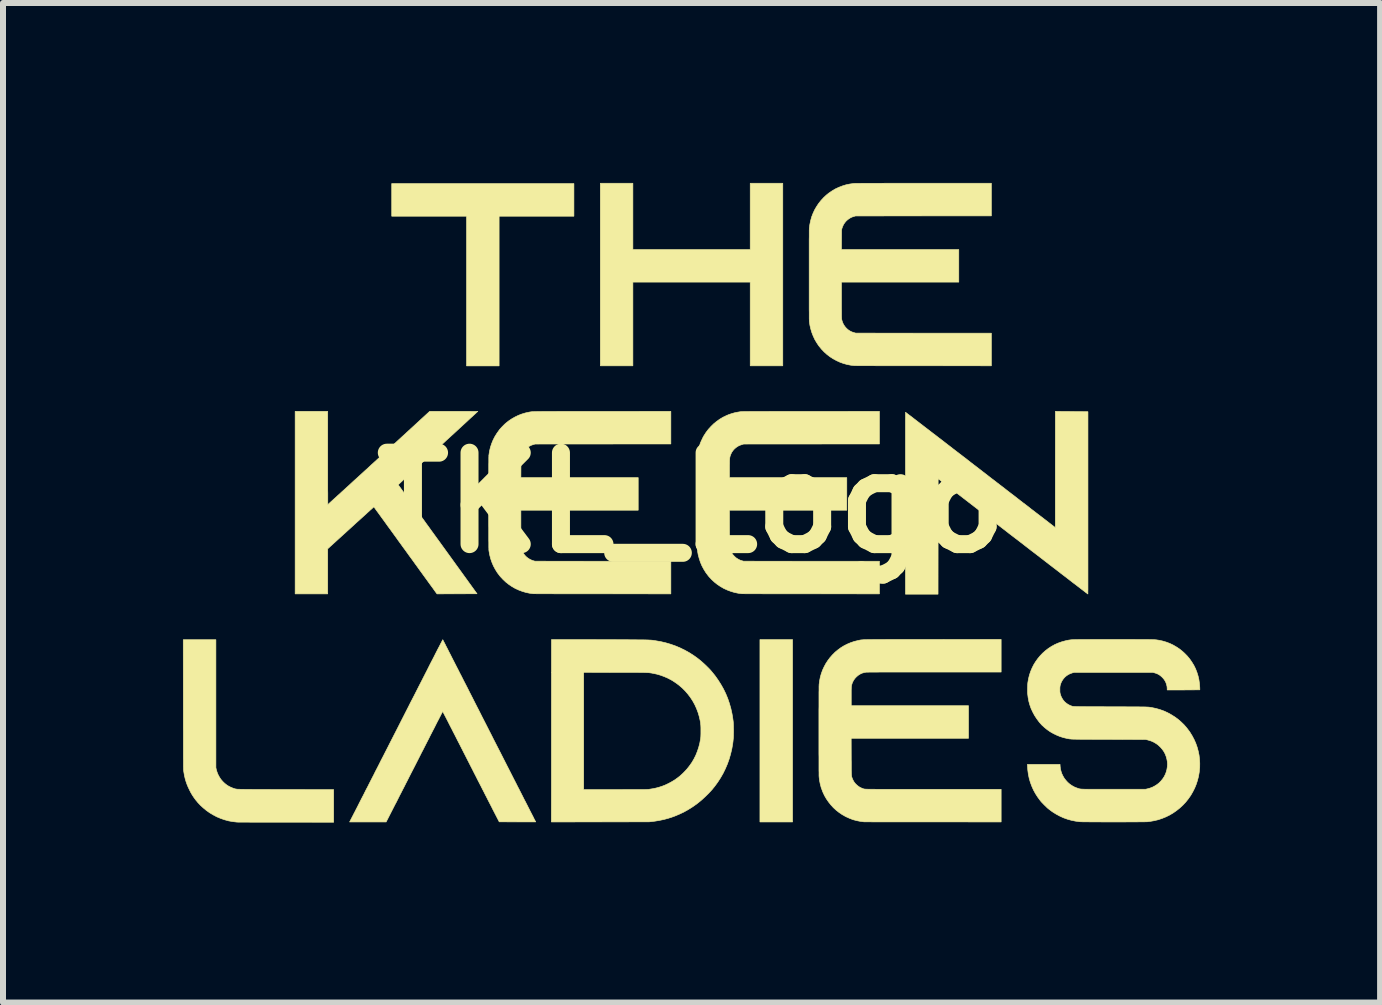
<source format=kicad_pcb>
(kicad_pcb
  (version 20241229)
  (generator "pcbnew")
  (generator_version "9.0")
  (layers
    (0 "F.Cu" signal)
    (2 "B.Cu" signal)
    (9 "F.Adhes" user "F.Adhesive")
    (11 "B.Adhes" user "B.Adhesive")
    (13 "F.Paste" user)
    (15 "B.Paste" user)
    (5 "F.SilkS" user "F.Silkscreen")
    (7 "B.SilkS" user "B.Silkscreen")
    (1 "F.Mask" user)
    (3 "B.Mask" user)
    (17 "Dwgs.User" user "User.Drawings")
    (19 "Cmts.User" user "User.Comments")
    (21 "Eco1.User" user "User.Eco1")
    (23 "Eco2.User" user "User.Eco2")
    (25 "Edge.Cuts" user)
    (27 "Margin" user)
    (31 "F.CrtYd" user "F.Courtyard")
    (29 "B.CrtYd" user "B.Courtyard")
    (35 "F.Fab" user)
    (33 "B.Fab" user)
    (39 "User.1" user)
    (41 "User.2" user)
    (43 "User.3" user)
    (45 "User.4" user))
  (footprint "TKL_Logo"
    (layer "F.Cu")
    (at 8.478 5.331)
    (property "Reference" "TKL_Logo" (at 0 0 0) (layer "F.SilkS") (effects (font (size 1.524 1.524) (thickness 0.3))))
    (attr through_hole)
    (fp_poly (pts (xy 1.684 5.321) (xy 1.14 5.321) (xy 1.14 2.281) (xy 1.684 2.281) (xy 1.684 5.321)) (stroke (width 0.01) (type solid)) (fill yes) (layer "F.SilkS"))
    (fp_poly (pts (xy -1.961 -4.777) (xy -3.208 -4.777) (xy -3.208 -2.281) (xy -3.751 -2.281) (xy -3.751 -4.777) (xy -4.998 -4.777) (xy -4.998 -5.321) (xy -1.961 -5.321) (xy -1.961 -4.777)) (stroke (width 0.01) (type solid)) (fill yes) (layer "F.SilkS"))
    (fp_poly (pts (xy -0.978 -4.221) (xy 0.978 -4.221) (xy 0.978 -5.326) (xy 1.521 -5.326) (xy 1.521 -2.283) (xy 0.978 -2.283) (xy 0.978 -3.678) (xy -0.978 -3.678) (xy -0.978 -2.283) (xy -1.521 -2.283) (xy -1.521 -5.326) (xy -0.978 -5.326) (xy -0.978 -4.221)) (stroke (width 0.01) (type solid)) (fill yes) (layer "F.SilkS"))
    (fp_poly (pts (xy -7.929 4.415) (xy -7.923 4.444) (xy -7.91 4.489) (xy -7.893 4.531) (xy -7.871 4.572) (xy -7.846 4.61) (xy -7.816 4.645) (xy -7.783 4.677) (xy -7.746 4.706) (xy -7.739 4.711) (xy -7.715 4.725) (xy -7.688 4.739) (xy -7.66 4.751) (xy -7.637 4.76) (xy -7.632 4.761) (xy -7.627 4.763) (xy -7.622 4.765) (xy -7.618 4.766) (xy -7.614 4.768) (xy -7.609 4.769) (xy -7.604 4.77) (xy -7.599 4.771) (xy -7.593 4.772) (xy -7.586 4.773) (xy -7.578 4.774) (xy -7.568 4.775) (xy -7.557 4.775) (xy -7.544 4.776) (xy -7.529 4.776) (xy -7.513 4.777) (xy -7.493 4.777) (xy -7.472 4.777) (xy -7.447 4.778) (xy -7.42 4.778) (xy -7.389 4.778) (xy -7.355 4.778) (xy -7.318 4.779) (xy -7.277 4.779) (xy -7.232 4.779) (xy -7.183 4.779) (xy -7.13 4.779) (xy -7.072 4.779) (xy -7.009 4.78) (xy -6.946 4.78) (xy -6.888 4.78) (xy -6.829 4.78) (xy -6.771 4.78) (xy -6.713 4.781) (xy -6.656 4.781) (xy -6.601 4.781) (xy -6.547 4.781) (xy -6.494 4.781) (xy -6.444 4.781) (xy -6.396 4.782) (xy -6.351 4.782) (xy -6.309 4.782) (xy -6.271 4.782) (xy -6.236 4.782) (xy -6.204 4.782) (xy -6.178 4.782) (xy -6.156 4.782) (xy -6.144 4.782) (xy -5.966 4.782) (xy -5.966 5.326) (xy -6.76 5.325) (xy -6.824 5.325) (xy -6.886 5.325) (xy -6.947 5.325) (xy -7.006 5.325) (xy -7.064 5.325) (xy -7.12 5.325) (xy -7.173 5.325) (xy -7.224 5.325) (xy -7.273 5.325) (xy -7.319 5.325) (xy -7.361 5.325) (xy -7.401 5.324) (xy -7.437 5.324) (xy -7.47 5.324) (xy -7.499 5.324) (xy -7.524 5.324) (xy -7.544 5.324) (xy -7.561 5.324) (xy -7.573 5.323) (xy -7.58 5.323) (xy -7.581 5.323) (xy -7.649 5.315) (xy -7.717 5.303) (xy -7.783 5.285) (xy -7.847 5.263) (xy -7.91 5.237) (xy -7.971 5.205) (xy -8.03 5.17) (xy -8.087 5.13) (xy -8.14 5.086) (xy -8.187 5.043) (xy -8.226 5.002) (xy -8.261 4.96) (xy -8.293 4.917) (xy -8.323 4.872) (xy -8.351 4.824) (xy -8.367 4.792) (xy -8.391 4.742) (xy -8.411 4.694) (xy -8.428 4.646) (xy -8.442 4.597) (xy -8.454 4.546) (xy -8.463 4.492) (xy -8.467 4.467) (xy -8.467 4.465) (xy -8.467 4.461) (xy -8.468 4.457) (xy -8.468 4.453) (xy -8.468 4.448) (xy -8.469 4.441) (xy -8.469 4.434) (xy -8.469 4.425) (xy -8.469 4.415) (xy -8.47 4.403) (xy -8.47 4.389) (xy -8.47 4.374) (xy -8.47 4.356) (xy -8.47 4.337) (xy -8.47 4.315) (xy -8.47 4.29) (xy -8.471 4.263) (xy -8.471 4.233) (xy -8.471 4.201) (xy -8.471 4.165) (xy -8.471 4.126) (xy -8.471 4.084) (xy -8.471 4.038) (xy -8.471 3.989) (xy -8.471 3.936) (xy -8.471 3.879) (xy -8.471 3.818) (xy -8.472 3.752) (xy -8.472 3.683) (xy -8.472 3.608) (xy -8.472 3.53) (xy -8.472 3.446) (xy -8.472 3.359) (xy -8.473 2.283) (xy -7.929 2.283) (xy -7.929 4.415)) (stroke (width 0.01) (type solid)) (fill yes) (layer "F.SilkS"))
    (fp_poly (pts (xy 6.187 -1.522) (xy 6.215 -1.522) (xy 6.246 -1.522) (xy 6.281 -1.522) (xy 6.317 -1.521) (xy 6.354 -1.521) (xy 6.39 -1.52) (xy 6.425 -1.52) (xy 6.458 -1.52) (xy 6.459 -1.52) (xy 6.608 -1.518) (xy 6.608 0.002) (xy 6.608 0.089) (xy 6.608 0.176) (xy 6.608 0.261) (xy 6.608 0.344) (xy 6.608 0.426) (xy 6.608 0.506) (xy 6.608 0.584) (xy 6.608 0.659) (xy 6.608 0.733) (xy 6.608 0.804) (xy 6.608 0.873) (xy 6.608 0.939) (xy 6.608 1.002) (xy 6.608 1.063) (xy 6.608 1.12) (xy 6.608 1.174) (xy 6.608 1.224) (xy 6.608 1.272) (xy 6.608 1.315) (xy 6.608 1.355) (xy 6.608 1.391) (xy 6.608 1.423) (xy 6.608 1.45) (xy 6.607 1.474) (xy 6.607 1.492) (xy 6.607 1.507) (xy 6.607 1.516) (xy 6.607 1.521) (xy 6.607 1.521) (xy 6.605 1.52) (xy 6.599 1.515) (xy 6.588 1.507) (xy 6.574 1.497) (xy 6.556 1.483) (xy 6.534 1.466) (xy 6.508 1.446) (xy 6.478 1.423) (xy 6.444 1.397) (xy 6.407 1.368) (xy 6.365 1.337) (xy 6.32 1.302) (xy 6.271 1.264) (xy 6.218 1.223) (xy 6.161 1.18) (xy 6.101 1.133) (xy 6.037 1.084) (xy 5.969 1.032) (xy 5.898 0.977) (xy 5.823 0.919) (xy 5.744 0.858) (xy 5.661 0.795) (xy 5.575 0.728) (xy 5.486 0.659) (xy 5.392 0.587) (xy 5.295 0.513) (xy 5.195 0.435) (xy 5.091 0.355) (xy 5.081 0.347) (xy 4.111 -0.401) (xy 4.11 0.561) (xy 4.109 1.524) (xy 3.566 1.524) (xy 3.566 0.008) (xy 3.566 -0.08) (xy 3.566 -0.166) (xy 3.566 -0.251) (xy 3.566 -0.334) (xy 3.566 -0.416) (xy 3.566 -0.496) (xy 3.566 -0.574) (xy 3.566 -0.649) (xy 3.566 -0.723) (xy 3.566 -0.794) (xy 3.566 -0.863) (xy 3.566 -0.929) (xy 3.566 -0.992) (xy 3.566 -1.052) (xy 3.566 -1.109) (xy 3.566 -1.163) (xy 3.566 -1.213) (xy 3.566 -1.26) (xy 3.566 -1.304) (xy 3.566 -1.344) (xy 3.566 -1.379) (xy 3.567 -1.411) (xy 3.567 -1.438) (xy 3.567 -1.462) (xy 3.567 -1.48) (xy 3.567 -1.494) (xy 3.567 -1.504) (xy 3.567 -1.508) (xy 3.567 -1.509) (xy 3.569 -1.507) (xy 3.575 -1.503) (xy 3.585 -1.495) (xy 3.598 -1.485) (xy 3.615 -1.472) (xy 3.635 -1.457) (xy 3.658 -1.44) (xy 3.684 -1.42) (xy 3.712 -1.398) (xy 3.743 -1.374) (xy 3.777 -1.348) (xy 3.813 -1.32) (xy 3.851 -1.291) (xy 3.891 -1.26) (xy 3.933 -1.228) (xy 3.976 -1.195) (xy 4.021 -1.16) (xy 4.068 -1.125) (xy 4.115 -1.088) (xy 4.164 -1.051) (xy 4.213 -1.013) (xy 4.263 -0.974) (xy 4.313 -0.936) (xy 4.364 -0.896) (xy 4.415 -0.857) (xy 4.467 -0.817) (xy 4.518 -0.778) (xy 4.555 -0.75) (xy 4.6 -0.715) (xy 4.647 -0.678) (xy 4.696 -0.64) (xy 4.746 -0.602) (xy 4.797 -0.563) (xy 4.848 -0.523) (xy 4.899 -0.484) (xy 4.949 -0.445) (xy 4.998 -0.407) (xy 5.046 -0.371) (xy 5.092 -0.335) (xy 5.136 -0.301) (xy 5.177 -0.27) (xy 5.215 -0.241) (xy 5.249 -0.214) (xy 5.253 -0.211) (xy 5.293 -0.18) (xy 5.336 -0.147) (xy 5.381 -0.113) (xy 5.427 -0.077) (xy 5.474 -0.04) (xy 5.522 -0.003) (xy 5.57 0.033) (xy 5.617 0.069) (xy 5.662 0.105) (xy 5.706 0.138) (xy 5.747 0.17) (xy 5.785 0.199) (xy 5.805 0.214) (xy 6.064 0.414) (xy 6.064 -0.555) (xy 6.065 -1.524) (xy 6.187 -1.522)) (stroke (width 0.01) (type solid)) (fill yes) (layer "F.SilkS"))
    (fp_poly (pts (xy 4.998 -4.782) (xy 3.866 -4.782) (xy 2.734 -4.781) (xy 2.709 -4.774) (xy 2.673 -4.762) (xy 2.64 -4.745) (xy 2.609 -4.724) (xy 2.581 -4.7) (xy 2.557 -4.672) (xy 2.536 -4.642) (xy 2.52 -4.608) (xy 2.507 -4.573) (xy 2.501 -4.547) (xy 2.5 -4.384) (xy 2.499 -4.221) (xy 4.455 -4.221) (xy 4.455 -3.678) (xy 2.499 -3.678) (xy 2.499 -3.382) (xy 2.499 -3.328) (xy 2.499 -3.28) (xy 2.499 -3.236) (xy 2.5 -3.197) (xy 2.5 -3.163) (xy 2.5 -3.134) (xy 2.5 -3.11) (xy 2.501 -3.091) (xy 2.501 -3.078) (xy 2.502 -3.069) (xy 2.502 -3.066) (xy 2.505 -3.048) (xy 2.511 -3.027) (xy 2.519 -3.005) (xy 2.527 -2.986) (xy 2.534 -2.972) (xy 2.555 -2.94) (xy 2.58 -2.911) (xy 2.607 -2.886) (xy 2.638 -2.865) (xy 2.672 -2.848) (xy 2.71 -2.835) (xy 2.712 -2.835) (xy 2.737 -2.828) (xy 3.867 -2.827) (xy 4.998 -2.827) (xy 4.998 -2.283) (xy 3.872 -2.284) (xy 3.797 -2.284) (xy 3.722 -2.284) (xy 3.649 -2.284) (xy 3.578 -2.284) (xy 3.508 -2.284) (xy 3.44 -2.284) (xy 3.374 -2.284) (xy 3.31 -2.284) (xy 3.248 -2.284) (xy 3.189 -2.284) (xy 3.133 -2.284) (xy 3.079 -2.284) (xy 3.029 -2.285) (xy 2.981 -2.285) (xy 2.937 -2.285) (xy 2.897 -2.285) (xy 2.86 -2.285) (xy 2.827 -2.285) (xy 2.798 -2.285) (xy 2.773 -2.285) (xy 2.753 -2.286) (xy 2.737 -2.286) (xy 2.725 -2.286) (xy 2.719 -2.286) (xy 2.718 -2.286) (xy 2.655 -2.293) (xy 2.593 -2.305) (xy 2.532 -2.322) (xy 2.474 -2.343) (xy 2.417 -2.369) (xy 2.362 -2.399) (xy 2.309 -2.433) (xy 2.259 -2.471) (xy 2.211 -2.514) (xy 2.167 -2.56) (xy 2.126 -2.61) (xy 2.119 -2.619) (xy 2.085 -2.67) (xy 2.054 -2.723) (xy 2.028 -2.779) (xy 2.005 -2.838) (xy 1.987 -2.898) (xy 1.973 -2.959) (xy 1.964 -3.021) (xy 1.963 -3.032) (xy 1.963 -3.038) (xy 1.963 -3.049) (xy 1.962 -3.065) (xy 1.962 -3.086) (xy 1.962 -3.112) (xy 1.962 -3.143) (xy 1.962 -3.179) (xy 1.961 -3.22) (xy 1.961 -3.266) (xy 1.961 -3.317) (xy 1.961 -3.372) (xy 1.961 -3.433) (xy 1.961 -3.498) (xy 1.961 -3.568) (xy 1.961 -3.642) (xy 1.961 -3.722) (xy 1.961 -3.805) (xy 1.961 -3.889) (xy 1.961 -3.968) (xy 1.961 -4.043) (xy 1.961 -4.113) (xy 1.961 -4.178) (xy 1.961 -4.238) (xy 1.961 -4.293) (xy 1.961 -4.344) (xy 1.961 -4.39) (xy 1.962 -4.43) (xy 1.962 -4.466) (xy 1.962 -4.497) (xy 1.962 -4.523) (xy 1.962 -4.544) (xy 1.963 -4.56) (xy 1.963 -4.571) (xy 1.963 -4.577) (xy 1.972 -4.641) (xy 1.985 -4.703) (xy 2.002 -4.765) (xy 2.025 -4.824) (xy 2.051 -4.881) (xy 2.083 -4.936) (xy 2.118 -4.989) (xy 2.157 -5.038) (xy 2.2 -5.085) (xy 2.247 -5.129) (xy 2.288 -5.162) (xy 2.341 -5.198) (xy 2.396 -5.231) (xy 2.454 -5.258) (xy 2.513 -5.281) (xy 2.574 -5.3) (xy 2.636 -5.313) (xy 2.701 -5.322) (xy 2.713 -5.323) (xy 2.719 -5.323) (xy 2.728 -5.324) (xy 2.743 -5.324) (xy 2.762 -5.324) (xy 2.786 -5.324) (xy 2.814 -5.324) (xy 2.847 -5.325) (xy 2.885 -5.325) (xy 2.928 -5.325) (xy 2.975 -5.325) (xy 3.027 -5.325) (xy 3.084 -5.325) (xy 3.146 -5.325) (xy 3.212 -5.326) (xy 3.284 -5.326) (xy 3.36 -5.326) (xy 3.442 -5.326) (xy 3.528 -5.326) (xy 3.619 -5.326) (xy 3.716 -5.326) (xy 3.817 -5.326) (xy 3.872 -5.326) (xy 4.998 -5.326) (xy 4.998 -4.782)) (stroke (width 0.01) (type solid)) (fill yes) (layer "F.SilkS"))
    (fp_poly (pts (xy 3.132 -0.98) (xy 0.87 -0.979) (xy 0.846 -0.972) (xy 0.808 -0.959) (xy 0.774 -0.943) (xy 0.743 -0.922) (xy 0.715 -0.898) (xy 0.691 -0.871) (xy 0.67 -0.841) (xy 0.654 -0.807) (xy 0.649 -0.795) (xy 0.646 -0.785) (xy 0.643 -0.777) (xy 0.641 -0.768) (xy 0.639 -0.76) (xy 0.637 -0.75) (xy 0.636 -0.74) (xy 0.635 -0.728) (xy 0.634 -0.713) (xy 0.633 -0.697) (xy 0.633 -0.677) (xy 0.633 -0.654) (xy 0.632 -0.627) (xy 0.632 -0.596) (xy 0.632 -0.571) (xy 0.632 -0.419) (xy 2.588 -0.419) (xy 2.588 0.124) (xy 0.632 0.124) (xy 0.633 0.432) (xy 0.634 0.74) (xy 0.641 0.766) (xy 0.654 0.802) (xy 0.67 0.836) (xy 0.691 0.867) (xy 0.716 0.894) (xy 0.744 0.919) (xy 0.775 0.939) (xy 0.808 0.956) (xy 0.842 0.967) (xy 0.867 0.974) (xy 1.999 0.975) (xy 3.132 0.975) (xy 3.132 1.519) (xy 1.998 1.518) (xy 1.922 1.518) (xy 1.848 1.518) (xy 1.774 1.518) (xy 1.703 1.518) (xy 1.632 1.518) (xy 1.564 1.518) (xy 1.498 1.518) (xy 1.434 1.518) (xy 1.372 1.518) (xy 1.313 1.518) (xy 1.256 1.518) (xy 1.203 1.518) (xy 1.152 1.517) (xy 1.105 1.517) (xy 1.06 1.517) (xy 1.02 1.517) (xy 0.983 1.517) (xy 0.95 1.517) (xy 0.921 1.517) (xy 0.896 1.517) (xy 0.875 1.516) (xy 0.859 1.516) (xy 0.847 1.516) (xy 0.841 1.516) (xy 0.839 1.516) (xy 0.777 1.508) (xy 0.715 1.495) (xy 0.655 1.477) (xy 0.596 1.455) (xy 0.539 1.429) (xy 0.485 1.398) (xy 0.432 1.363) (xy 0.383 1.324) (xy 0.336 1.281) (xy 0.293 1.235) (xy 0.276 1.214) (xy 0.237 1.162) (xy 0.203 1.107) (xy 0.173 1.051) (xy 0.148 0.992) (xy 0.128 0.931) (xy 0.111 0.868) (xy 0.107 0.846) (xy 0.106 0.84) (xy 0.105 0.834) (xy 0.104 0.829) (xy 0.103 0.824) (xy 0.102 0.819) (xy 0.101 0.813) (xy 0.101 0.807) (xy 0.1 0.8) (xy 0.099 0.792) (xy 0.099 0.784) (xy 0.098 0.774) (xy 0.098 0.763) (xy 0.097 0.75) (xy 0.097 0.735) (xy 0.097 0.719) (xy 0.097 0.7) (xy 0.096 0.679) (xy 0.096 0.656) (xy 0.096 0.63) (xy 0.096 0.601) (xy 0.096 0.569) (xy 0.095 0.534) (xy 0.095 0.496) (xy 0.095 0.454) (xy 0.095 0.409) (xy 0.095 0.359) (xy 0.095 0.306) (xy 0.095 0.248) (xy 0.095 0.186) (xy 0.095 0.119) (xy 0.095 0.048) (xy 0.095 -0.006) (xy 0.095 -0.778) (xy 0.101 -0.815) (xy 0.112 -0.876) (xy 0.127 -0.934) (xy 0.145 -0.99) (xy 0.146 -0.993) (xy 0.152 -1.007) (xy 0.16 -1.025) (xy 0.169 -1.045) (xy 0.179 -1.065) (xy 0.188 -1.085) (xy 0.198 -1.103) (xy 0.206 -1.118) (xy 0.209 -1.122) (xy 0.243 -1.175) (xy 0.282 -1.226) (xy 0.325 -1.273) (xy 0.37 -1.317) (xy 0.419 -1.357) (xy 0.471 -1.394) (xy 0.525 -1.426) (xy 0.581 -1.453) (xy 0.616 -1.468) (xy 0.65 -1.48) (xy 0.685 -1.491) (xy 0.722 -1.501) (xy 0.761 -1.509) (xy 0.803 -1.516) (xy 0.817 -1.518) (xy 0.819 -1.519) (xy 0.822 -1.519) (xy 0.826 -1.519) (xy 0.831 -1.519) (xy 0.836 -1.52) (xy 0.843 -1.52) (xy 0.851 -1.52) (xy 0.861 -1.52) (xy 0.872 -1.521) (xy 0.884 -1.521) (xy 0.899 -1.521) (xy 0.916 -1.521) (xy 0.934 -1.521) (xy 0.955 -1.521) (xy 0.978 -1.522) (xy 1.004 -1.522) (xy 1.033 -1.522) (xy 1.064 -1.522) (xy 1.098 -1.522) (xy 1.136 -1.522) (xy 1.176 -1.522) (xy 1.22 -1.522) (xy 1.268 -1.522) (xy 1.319 -1.523) (xy 1.374 -1.523) (xy 1.432 -1.523) (xy 1.495 -1.523) (xy 1.562 -1.523) (xy 1.634 -1.523) (xy 1.71 -1.523) (xy 1.79 -1.523) (xy 1.876 -1.523) (xy 1.966 -1.523) (xy 1.988 -1.523) (xy 3.132 -1.524) (xy 3.132 -0.98)) (stroke (width 0.01) (type solid)) (fill yes) (layer "F.SilkS"))
    (fp_poly (pts (xy -6.065 -0.747) (xy -6.065 -0.684) (xy -6.065 -0.623) (xy -6.065 -0.563) (xy -6.065 -0.505) (xy -6.065 -0.449) (xy -6.065 -0.395) (xy -6.065 -0.344) (xy -6.065 -0.295) (xy -6.065 -0.248) (xy -6.065 -0.205) (xy -6.064 -0.164) (xy -6.064 -0.127) (xy -6.064 -0.093) (xy -6.064 -0.063) (xy -6.064 -0.037) (xy -6.064 -0.014) (xy -6.064 0.004) (xy -6.064 0.017) (xy -6.064 0.026) (xy -6.064 0.03) (xy -6.064 0.03) (xy -6.062 0.029) (xy -6.056 0.024) (xy -6.047 0.016) (xy -6.034 0.004) (xy -6.019 -0.01) (xy -6 -0.027) (xy -5.978 -0.047) (xy -5.954 -0.069) (xy -5.926 -0.094) (xy -5.897 -0.121) (xy -5.864 -0.15) (xy -5.83 -0.182) (xy -5.793 -0.215) (xy -5.755 -0.25) (xy -5.714 -0.287) (xy -5.672 -0.326) (xy -5.629 -0.366) (xy -5.583 -0.407) (xy -5.537 -0.449) (xy -5.489 -0.493) (xy -5.44 -0.538) (xy -5.39 -0.583) (xy -5.34 -0.63) (xy -5.288 -0.677) (xy -5.237 -0.724) (xy -5.184 -0.772) (xy -5.132 -0.82) (xy -5.079 -0.868) (xy -5.027 -0.916) (xy -4.974 -0.964) (xy -4.922 -1.012) (xy -4.87 -1.06) (xy -4.819 -1.107) (xy -4.768 -1.153) (xy -4.761 -1.16) (xy -4.365 -1.524) (xy -3.964 -1.524) (xy -3.919 -1.524) (xy -3.876 -1.524) (xy -3.834 -1.524) (xy -3.795 -1.524) (xy -3.757 -1.524) (xy -3.722 -1.524) (xy -3.69 -1.524) (xy -3.661 -1.523) (xy -3.635 -1.523) (xy -3.613 -1.523) (xy -3.594 -1.523) (xy -3.58 -1.523) (xy -3.57 -1.523) (xy -3.564 -1.523) (xy -3.563 -1.523) (xy -3.565 -1.521) (xy -3.571 -1.516) (xy -3.58 -1.508) (xy -3.592 -1.496) (xy -3.607 -1.482) (xy -3.626 -1.465) (xy -3.647 -1.445) (xy -3.672 -1.423) (xy -3.699 -1.398) (xy -3.728 -1.371) (xy -3.76 -1.341) (xy -3.794 -1.31) (xy -3.831 -1.276) (xy -3.869 -1.241) (xy -3.909 -1.204) (xy -3.951 -1.165) (xy -3.995 -1.125) (xy -4.04 -1.084) (xy -4.087 -1.041) (xy -4.134 -0.997) (xy -4.183 -0.952) (xy -4.228 -0.912) (xy -4.293 -0.851) (xy -4.356 -0.794) (xy -4.414 -0.74) (xy -4.469 -0.689) (xy -4.521 -0.642) (xy -4.569 -0.598) (xy -4.613 -0.557) (xy -4.654 -0.52) (xy -4.691 -0.485) (xy -4.725 -0.453) (xy -4.756 -0.425) (xy -4.783 -0.4) (xy -4.808 -0.377) (xy -4.829 -0.357) (xy -4.846 -0.341) (xy -4.861 -0.327) (xy -4.873 -0.316) (xy -4.881 -0.308) (xy -4.887 -0.302) (xy -4.889 -0.299) (xy -4.889 -0.299) (xy -4.888 -0.297) (xy -4.883 -0.29) (xy -4.876 -0.28) (xy -4.866 -0.266) (xy -4.853 -0.249) (xy -4.838 -0.228) (xy -4.821 -0.204) (xy -4.801 -0.177) (xy -4.779 -0.146) (xy -4.755 -0.113) (xy -4.729 -0.077) (xy -4.701 -0.038) (xy -4.671 0.003) (xy -4.639 0.047) (xy -4.606 0.093) (xy -4.571 0.141) (xy -4.535 0.191) (xy -4.497 0.243) (xy -4.458 0.297) (xy -4.418 0.353) (xy -4.377 0.409) (xy -4.335 0.468) (xy -4.292 0.527) (xy -4.248 0.588) (xy -4.231 0.611) (xy -3.576 1.517) (xy -3.909 1.518) (xy -4.243 1.519) (xy -4.248 1.513) (xy -4.25 1.51) (xy -4.254 1.504) (xy -4.262 1.494) (xy -4.272 1.48) (xy -4.285 1.462) (xy -4.3 1.441) (xy -4.317 1.417) (xy -4.337 1.39) (xy -4.359 1.36) (xy -4.383 1.327) (xy -4.408 1.292) (xy -4.436 1.254) (xy -4.465 1.214) (xy -4.496 1.171) (xy -4.528 1.127) (xy -4.561 1.081) (xy -4.596 1.033) (xy -4.632 0.983) (xy -4.669 0.932) (xy -4.707 0.88) (xy -4.746 0.826) (xy -4.773 0.788) (xy -4.813 0.734) (xy -4.851 0.681) (xy -4.889 0.629) (xy -4.925 0.578) (xy -4.961 0.529) (xy -4.995 0.482) (xy -5.028 0.436) (xy -5.06 0.393) (xy -5.09 0.351) (xy -5.118 0.312) (xy -5.145 0.275) (xy -5.17 0.241) (xy -5.193 0.209) (xy -5.214 0.18) (xy -5.233 0.154) (xy -5.25 0.131) (xy -5.264 0.112) (xy -5.275 0.096) (xy -5.285 0.083) (xy -5.291 0.075) (xy -5.295 0.07) (xy -5.296 0.069) (xy -5.298 0.07) (xy -5.303 0.075) (xy -5.312 0.083) (xy -5.324 0.094) (xy -5.339 0.108) (xy -5.358 0.124) (xy -5.378 0.143) (xy -5.402 0.164) (xy -5.427 0.188) (xy -5.455 0.213) (xy -5.485 0.24) (xy -5.517 0.269) (xy -5.55 0.299) (xy -5.585 0.33) (xy -5.621 0.363) (xy -5.658 0.397) (xy -5.681 0.418) (xy -6.065 0.767) (xy -6.065 1.519) (xy -6.608 1.519) (xy -6.608 -1.524) (xy -6.065 -1.524) (xy -6.065 -0.747)) (stroke (width 0.01) (type solid)) (fill yes) (layer "F.SilkS"))
    (fp_poly (pts (xy -0.345 -0.98) (xy -2.607 -0.979) (xy -2.628 -0.973) (xy -2.666 -0.961) (xy -2.701 -0.944) (xy -2.732 -0.924) (xy -2.76 -0.9) (xy -2.785 -0.872) (xy -2.806 -0.841) (xy -2.823 -0.808) (xy -2.836 -0.771) (xy -2.839 -0.759) (xy -2.84 -0.755) (xy -2.84 -0.75) (xy -2.841 -0.744) (xy -2.842 -0.736) (xy -2.842 -0.726) (xy -2.842 -0.713) (xy -2.843 -0.697) (xy -2.843 -0.678) (xy -2.843 -0.656) (xy -2.843 -0.629) (xy -2.844 -0.597) (xy -2.844 -0.581) (xy -2.845 -0.419) (xy -0.889 -0.419) (xy -0.889 0.124) (xy -2.845 0.124) (xy -2.845 0.421) (xy -2.845 0.468) (xy -2.844 0.51) (xy -2.844 0.548) (xy -2.844 0.581) (xy -2.844 0.61) (xy -2.844 0.636) (xy -2.844 0.659) (xy -2.844 0.679) (xy -2.843 0.695) (xy -2.843 0.71) (xy -2.842 0.722) (xy -2.841 0.733) (xy -2.84 0.742) (xy -2.839 0.75) (xy -2.838 0.756) (xy -2.837 0.762) (xy -2.835 0.768) (xy -2.833 0.774) (xy -2.832 0.78) (xy -2.83 0.784) (xy -2.816 0.818) (xy -2.798 0.85) (xy -2.776 0.879) (xy -2.75 0.905) (xy -2.721 0.927) (xy -2.689 0.946) (xy -2.655 0.961) (xy -2.635 0.967) (xy -2.61 0.974) (xy -1.477 0.975) (xy -0.345 0.975) (xy -0.345 1.519) (xy -1.479 1.518) (xy -1.555 1.518) (xy -1.629 1.518) (xy -1.703 1.518) (xy -1.774 1.518) (xy -1.844 1.518) (xy -1.913 1.518) (xy -1.979 1.518) (xy -2.043 1.518) (xy -2.105 1.518) (xy -2.164 1.518) (xy -2.22 1.518) (xy -2.274 1.518) (xy -2.325 1.517) (xy -2.372 1.517) (xy -2.416 1.517) (xy -2.457 1.517) (xy -2.494 1.517) (xy -2.527 1.517) (xy -2.556 1.517) (xy -2.581 1.517) (xy -2.602 1.516) (xy -2.618 1.516) (xy -2.629 1.516) (xy -2.636 1.516) (xy -2.638 1.516) (xy -2.7 1.508) (xy -2.762 1.495) (xy -2.822 1.477) (xy -2.881 1.455) (xy -2.938 1.429) (xy -2.992 1.398) (xy -3.044 1.363) (xy -3.094 1.324) (xy -3.14 1.281) (xy -3.183 1.235) (xy -3.2 1.215) (xy -3.239 1.163) (xy -3.273 1.108) (xy -3.303 1.052) (xy -3.328 0.993) (xy -3.349 0.932) (xy -3.365 0.869) (xy -3.377 0.803) (xy -3.378 0.792) (xy -3.379 0.787) (xy -3.379 0.777) (xy -3.379 0.762) (xy -3.38 0.743) (xy -3.38 0.72) (xy -3.38 0.693) (xy -3.38 0.662) (xy -3.381 0.628) (xy -3.381 0.591) (xy -3.381 0.551) (xy -3.381 0.508) (xy -3.381 0.463) (xy -3.381 0.416) (xy -3.382 0.367) (xy -3.382 0.316) (xy -3.382 0.264) (xy -3.382 0.21) (xy -3.382 0.156) (xy -3.382 0.101) (xy -3.382 0.045) (xy -3.382 -0.01) (xy -3.382 -0.066) (xy -3.382 -0.121) (xy -3.382 -0.176) (xy -3.382 -0.23) (xy -3.382 -0.283) (xy -3.382 -0.335) (xy -3.382 -0.386) (xy -3.381 -0.434) (xy -3.381 -0.481) (xy -3.381 -0.525) (xy -3.381 -0.567) (xy -3.381 -0.606) (xy -3.381 -0.642) (xy -3.38 -0.675) (xy -3.38 -0.705) (xy -3.38 -0.731) (xy -3.38 -0.752) (xy -3.379 -0.77) (xy -3.379 -0.783) (xy -3.379 -0.792) (xy -3.378 -0.795) (xy -3.368 -0.861) (xy -3.353 -0.924) (xy -3.333 -0.985) (xy -3.309 -1.044) (xy -3.28 -1.101) (xy -3.246 -1.156) (xy -3.208 -1.209) (xy -3.202 -1.218) (xy -3.188 -1.234) (xy -3.171 -1.253) (xy -3.153 -1.272) (xy -3.134 -1.291) (xy -3.116 -1.309) (xy -3.099 -1.324) (xy -3.097 -1.326) (xy -3.049 -1.364) (xy -2.997 -1.399) (xy -2.943 -1.43) (xy -2.887 -1.457) (xy -2.83 -1.479) (xy -2.771 -1.497) (xy -2.712 -1.51) (xy -2.711 -1.51) (xy -2.706 -1.511) (xy -2.701 -1.512) (xy -2.696 -1.513) (xy -2.692 -1.514) (xy -2.688 -1.514) (xy -2.683 -1.515) (xy -2.678 -1.516) (xy -2.673 -1.516) (xy -2.668 -1.517) (xy -2.662 -1.518) (xy -2.654 -1.518) (xy -2.646 -1.519) (xy -2.637 -1.519) (xy -2.627 -1.519) (xy -2.615 -1.52) (xy -2.602 -1.52) (xy -2.587 -1.52) (xy -2.57 -1.521) (xy -2.551 -1.521) (xy -2.531 -1.521) (xy -2.507 -1.521) (xy -2.482 -1.522) (xy -2.454 -1.522) (xy -2.423 -1.522) (xy -2.39 -1.522) (xy -2.353 -1.522) (xy -2.313 -1.522) (xy -2.27 -1.522) (xy -2.224 -1.523) (xy -2.174 -1.523) (xy -2.12 -1.523) (xy -2.063 -1.523) (xy -2.001 -1.523) (xy -1.936 -1.523) (xy -1.866 -1.523) (xy -1.792 -1.523) (xy -1.713 -1.523) (xy -1.629 -1.523) (xy -1.541 -1.523) (xy -1.489 -1.523) (xy -0.345 -1.524) (xy -0.345 -0.98)) (stroke (width 0.01) (type solid)) (fill yes) (layer "F.SilkS"))
    (fp_poly (pts (xy -4.146 2.285) (xy -4.142 2.292) (xy -4.137 2.303) (xy -4.129 2.318) (xy -4.119 2.337) (xy -4.107 2.36) (xy -4.094 2.387) (xy -4.078 2.417) (xy -4.061 2.451) (xy -4.042 2.489) (xy -4.021 2.529) (xy -3.999 2.573) (xy -3.975 2.62) (xy -3.95 2.669) (xy -3.923 2.722) (xy -3.895 2.776) (xy -3.866 2.834) (xy -3.835 2.893) (xy -3.804 2.955) (xy -3.771 3.019) (xy -3.737 3.085) (xy -3.703 3.153) (xy -3.667 3.223) (xy -3.631 3.294) (xy -3.594 3.367) (xy -3.556 3.441) (xy -3.518 3.516) (xy -3.497 3.558) (xy -3.457 3.636) (xy -3.417 3.714) (xy -3.378 3.791) (xy -3.339 3.867) (xy -3.301 3.943) (xy -3.263 4.017) (xy -3.225 4.091) (xy -3.188 4.163) (xy -3.152 4.234) (xy -3.117 4.303) (xy -3.083 4.37) (xy -3.049 4.436) (xy -3.017 4.499) (xy -2.986 4.56) (xy -2.956 4.619) (xy -2.927 4.675) (xy -2.9 4.729) (xy -2.874 4.779) (xy -2.85 4.826) (xy -2.827 4.871) (xy -2.807 4.911) (xy -2.788 4.949) (xy -2.77 4.982) (xy -2.755 5.012) (xy -2.742 5.037) (xy -2.731 5.059) (xy -2.723 5.075) (xy -2.706 5.108) (xy -2.69 5.14) (xy -2.675 5.169) (xy -2.66 5.198) (xy -2.647 5.223) (xy -2.635 5.247) (xy -2.625 5.268) (xy -2.616 5.285) (xy -2.608 5.3) (xy -2.603 5.31) (xy -2.599 5.317) (xy -2.598 5.32) (xy -2.598 5.32) (xy -2.601 5.32) (xy -2.608 5.32) (xy -2.62 5.32) (xy -2.635 5.32) (xy -2.655 5.32) (xy -2.678 5.32) (xy -2.705 5.32) (xy -2.734 5.32) (xy -2.766 5.32) (xy -2.8 5.32) (xy -2.837 5.32) (xy -2.874 5.32) (xy -2.902 5.32) (xy -3.206 5.319) (xy -3.321 5.096) (xy -3.331 5.075) (xy -3.344 5.05) (xy -3.359 5.021) (xy -3.376 4.988) (xy -3.395 4.951) (xy -3.415 4.911) (xy -3.437 4.869) (xy -3.46 4.823) (xy -3.485 4.775) (xy -3.51 4.725) (xy -3.537 4.673) (xy -3.565 4.619) (xy -3.593 4.563) (xy -3.622 4.507) (xy -3.651 4.449) (xy -3.681 4.391) (xy -3.711 4.332) (xy -3.741 4.273) (xy -3.771 4.214) (xy -3.791 4.175) (xy -3.819 4.12) (xy -3.847 4.065) (xy -3.874 4.012) (xy -3.901 3.96) (xy -3.926 3.91) (xy -3.951 3.861) (xy -3.975 3.815) (xy -3.997 3.771) (xy -4.019 3.729) (xy -4.039 3.69) (xy -4.057 3.654) (xy -4.074 3.621) (xy -4.09 3.59) (xy -4.104 3.563) (xy -4.116 3.54) (xy -4.127 3.519) (xy -4.135 3.503) (xy -4.142 3.491) (xy -4.146 3.483) (xy -4.148 3.479) (xy -4.148 3.478) (xy -4.15 3.48) (xy -4.153 3.487) (xy -4.159 3.498) (xy -4.166 3.512) (xy -4.176 3.531) (xy -4.187 3.553) (xy -4.201 3.579) (xy -4.215 3.608) (xy -4.232 3.639) (xy -4.25 3.674) (xy -4.269 3.712) (xy -4.289 3.752) (xy -4.311 3.794) (xy -4.334 3.839) (xy -4.358 3.885) (xy -4.382 3.934) (xy -4.408 3.984) (xy -4.434 4.035) (xy -4.461 4.088) (xy -4.471 4.108) (xy -4.501 4.165) (xy -4.53 4.223) (xy -4.56 4.282) (xy -4.59 4.341) (xy -4.62 4.4) (xy -4.65 4.458) (xy -4.68 4.516) (xy -4.709 4.573) (xy -4.737 4.629) (xy -4.765 4.683) (xy -4.791 4.735) (xy -4.817 4.785) (xy -4.841 4.832) (xy -4.864 4.876) (xy -4.885 4.918) (xy -4.904 4.956) (xy -4.921 4.99) (xy -4.937 5.02) (xy -4.942 5.029) (xy -5.091 5.321) (xy -5.395 5.321) (xy -5.7 5.321) (xy -5.663 5.249) (xy -5.65 5.224) (xy -5.637 5.199) (xy -5.624 5.173) (xy -5.61 5.147) (xy -5.596 5.119) (xy -5.582 5.092) (xy -5.567 5.063) (xy -5.552 5.033) (xy -5.536 5.001) (xy -5.519 4.968) (xy -5.502 4.934) (xy -5.483 4.898) (xy -5.464 4.861) (xy -5.444 4.821) (xy -5.423 4.779) (xy -5.4 4.736) (xy -5.377 4.69) (xy -5.352 4.641) (xy -5.326 4.59) (xy -5.298 4.536) (xy -5.27 4.479) (xy -5.239 4.42) (xy -5.207 4.357) (xy -5.174 4.291) (xy -5.138 4.222) (xy -5.101 4.149) (xy -5.062 4.073) (xy -5.021 3.992) (xy -4.978 3.908) (xy -4.933 3.82) (xy -4.886 3.728) (xy -4.837 3.631) (xy -4.794 3.547) (xy -4.756 3.472) (xy -4.718 3.398) (xy -4.681 3.324) (xy -4.644 3.253) (xy -4.608 3.183) (xy -4.573 3.114) (xy -4.539 3.047) (xy -4.506 2.983) (xy -4.474 2.92) (xy -4.443 2.859) (xy -4.413 2.801) (xy -4.385 2.745) (xy -4.358 2.691) (xy -4.332 2.641) (xy -4.307 2.593) (xy -4.284 2.548) (xy -4.263 2.506) (xy -4.243 2.467) (xy -4.225 2.432) (xy -4.208 2.4) (xy -4.193 2.371) (xy -4.181 2.347) (xy -4.17 2.326) (xy -4.161 2.309) (xy -4.154 2.296) (xy -4.15 2.287) (xy -4.148 2.283) (xy -4.147 2.283) (xy -4.146 2.285)) (stroke (width 0.01) (type solid)) (fill yes) (layer "F.SilkS"))
    (fp_poly (pts (xy -1.929 2.281) (xy -1.875 2.281) (xy -1.817 2.281) (xy -1.756 2.281) (xy -1.692 2.281) (xy -1.626 2.281) (xy -1.559 2.282) (xy -1.492 2.282) (xy -1.425 2.282) (xy -1.359 2.282) (xy -1.296 2.282) (xy -1.235 2.283) (xy -1.178 2.283) (xy -1.125 2.283) (xy -1.125 2.283) (xy -1.07 2.283) (xy -1.021 2.284) (xy -0.975 2.284) (xy -0.934 2.284) (xy -0.897 2.285) (xy -0.864 2.285) (xy -0.834 2.285) (xy -0.807 2.285) (xy -0.783 2.286) (xy -0.762 2.286) (xy -0.743 2.287) (xy -0.726 2.287) (xy -0.711 2.288) (xy -0.697 2.289) (xy -0.685 2.289) (xy -0.673 2.29) (xy -0.663 2.291) (xy -0.652 2.292) (xy -0.642 2.294) (xy -0.631 2.295) (xy -0.621 2.297) (xy -0.609 2.298) (xy -0.606 2.299) (xy -0.518 2.314) (xy -0.432 2.334) (xy -0.347 2.359) (xy -0.265 2.388) (xy -0.185 2.422) (xy -0.106 2.461) (xy -0.03 2.504) (xy 0.044 2.552) (xy 0.094 2.588) (xy 0.125 2.612) (xy 0.158 2.639) (xy 0.192 2.669) (xy 0.226 2.7) (xy 0.259 2.732) (xy 0.29 2.763) (xy 0.318 2.793) (xy 0.335 2.813) (xy 0.391 2.882) (xy 0.442 2.954) (xy 0.489 3.028) (xy 0.532 3.104) (xy 0.57 3.182) (xy 0.603 3.262) (xy 0.631 3.344) (xy 0.655 3.428) (xy 0.674 3.513) (xy 0.684 3.571) (xy 0.688 3.597) (xy 0.691 3.62) (xy 0.694 3.641) (xy 0.696 3.661) (xy 0.697 3.682) (xy 0.698 3.703) (xy 0.699 3.727) (xy 0.699 3.753) (xy 0.7 3.783) (xy 0.7 3.797) (xy 0.7 3.829) (xy 0.699 3.856) (xy 0.699 3.88) (xy 0.698 3.902) (xy 0.697 3.922) (xy 0.695 3.941) (xy 0.693 3.961) (xy 0.691 3.982) (xy 0.688 4.004) (xy 0.687 4.013) (xy 0.672 4.1) (xy 0.652 4.185) (xy 0.628 4.269) (xy 0.599 4.351) (xy 0.565 4.431) (xy 0.527 4.509) (xy 0.484 4.584) (xy 0.437 4.657) (xy 0.394 4.716) (xy 0.378 4.737) (xy 0.363 4.755) (xy 0.349 4.773) (xy 0.333 4.791) (xy 0.316 4.81) (xy 0.296 4.831) (xy 0.291 4.837) (xy 0.226 4.901) (xy 0.16 4.961) (xy 0.092 5.016) (xy 0.022 5.066) (xy -0.051 5.112) (xy -0.125 5.154) (xy -0.203 5.191) (xy -0.282 5.224) (xy -0.315 5.236) (xy -0.385 5.259) (xy -0.458 5.279) (xy -0.534 5.295) (xy -0.612 5.308) (xy -0.659 5.314) (xy -0.707 5.319) (xy -1.522 5.32) (xy -2.337 5.321) (xy -2.336 4.782) (xy -1.798 4.782) (xy -1.268 4.782) (xy -1.206 4.782) (xy -1.15 4.781) (xy -1.098 4.781) (xy -1.05 4.781) (xy -1.007 4.781) (xy -0.967 4.781) (xy -0.932 4.781) (xy -0.9 4.781) (xy -0.871 4.781) (xy -0.845 4.78) (xy -0.823 4.78) (xy -0.803 4.78) (xy -0.786 4.78) (xy -0.771 4.78) (xy -0.758 4.779) (xy -0.747 4.779) (xy -0.738 4.779) (xy -0.73 4.778) (xy -0.723 4.778) (xy -0.717 4.778) (xy -0.712 4.777) (xy -0.708 4.777) (xy -0.706 4.776) (xy -0.648 4.767) (xy -0.594 4.756) (xy -0.542 4.742) (xy -0.492 4.726) (xy -0.443 4.707) (xy -0.394 4.684) (xy -0.389 4.682) (xy -0.335 4.653) (xy -0.285 4.623) (xy -0.238 4.59) (xy -0.192 4.554) (xy -0.147 4.513) (xy -0.128 4.494) (xy -0.079 4.442) (xy -0.035 4.387) (xy 0.005 4.33) (xy 0.04 4.271) (xy 0.071 4.209) (xy 0.097 4.144) (xy 0.119 4.078) (xy 0.137 4.009) (xy 0.15 3.937) (xy 0.152 3.924) (xy 0.153 3.913) (xy 0.154 3.901) (xy 0.155 3.888) (xy 0.155 3.874) (xy 0.156 3.856) (xy 0.156 3.836) (xy 0.156 3.811) (xy 0.156 3.805) (xy 0.156 3.776) (xy 0.156 3.751) (xy 0.155 3.729) (xy 0.154 3.71) (xy 0.152 3.692) (xy 0.15 3.674) (xy 0.148 3.656) (xy 0.144 3.636) (xy 0.142 3.624) (xy 0.126 3.556) (xy 0.106 3.49) (xy 0.081 3.425) (xy 0.052 3.362) (xy 0.018 3.301) (xy -0.02 3.243) (xy -0.062 3.188) (xy -0.107 3.136) (xy -0.157 3.086) (xy -0.21 3.041) (xy -0.226 3.029) (xy -0.245 3.014) (xy -0.266 3) (xy -0.288 2.985) (xy -0.309 2.971) (xy -0.328 2.96) (xy -0.339 2.953) (xy -0.397 2.923) (xy -0.457 2.897) (xy -0.52 2.874) (xy -0.583 2.856) (xy -0.646 2.843) (xy -0.656 2.841) (xy -0.665 2.839) (xy -0.673 2.838) (xy -0.68 2.837) (xy -0.687 2.836) (xy -0.695 2.835) (xy -0.702 2.834) (xy -0.71 2.833) (xy -0.719 2.832) (xy -0.729 2.832) (xy -0.74 2.831) (xy -0.752 2.831) (xy -0.766 2.83) (xy -0.782 2.83) (xy -0.8 2.829) (xy -0.82 2.829) (xy -0.843 2.829) (xy -0.869 2.829) (xy -0.897 2.828) (xy -0.929 2.828) (xy -0.964 2.828) (xy -1.003 2.828) (xy -1.046 2.828) (xy -1.093 2.828) (xy -1.145 2.828) (xy -1.201 2.828) (xy -1.262 2.828) (xy -1.271 2.828) (xy -1.798 2.827) (xy -1.798 4.782) (xy -2.336 4.782) (xy -2.336 3.801) (xy -2.335 2.281) (xy -1.929 2.281)) (stroke (width 0.01) (type solid)) (fill yes) (layer "F.SilkS"))
    (fp_poly (pts (xy 5.161 2.822) (xy 4.05 2.822) (xy 3.946 2.822) (xy 3.848 2.822) (xy 3.755 2.822) (xy 3.666 2.822) (xy 3.583 2.822) (xy 3.505 2.822) (xy 3.431 2.822) (xy 3.363 2.822) (xy 3.299 2.822) (xy 3.241 2.822) (xy 3.187 2.822) (xy 3.138 2.822) (xy 3.094 2.823) (xy 3.055 2.823) (xy 3.02 2.823) (xy 2.991 2.823) (xy 2.966 2.823) (xy 2.946 2.824) (xy 2.931 2.824) (xy 2.92 2.824) (xy 2.914 2.824) (xy 2.913 2.824) (xy 2.876 2.831) (xy 2.841 2.841) (xy 2.808 2.857) (xy 2.777 2.877) (xy 2.748 2.902) (xy 2.722 2.93) (xy 2.701 2.96) (xy 2.684 2.993) (xy 2.675 3.017) (xy 2.673 3.025) (xy 2.67 3.033) (xy 2.668 3.042) (xy 2.667 3.051) (xy 2.665 3.061) (xy 2.664 3.072) (xy 2.663 3.086) (xy 2.663 3.101) (xy 2.662 3.12) (xy 2.662 3.142) (xy 2.662 3.167) (xy 2.662 3.197) (xy 2.662 3.231) (xy 2.662 3.234) (xy 2.662 3.383) (xy 4.617 3.383) (xy 4.617 3.926) (xy 2.661 3.926) (xy 2.662 4.233) (xy 2.662 4.28) (xy 2.663 4.321) (xy 2.663 4.358) (xy 2.663 4.391) (xy 2.663 4.42) (xy 2.663 4.446) (xy 2.663 4.468) (xy 2.664 4.487) (xy 2.664 4.503) (xy 2.665 4.517) (xy 2.665 4.529) (xy 2.666 4.539) (xy 2.667 4.548) (xy 2.668 4.555) (xy 2.669 4.561) (xy 2.67 4.567) (xy 2.671 4.572) (xy 2.673 4.577) (xy 2.675 4.582) (xy 2.677 4.588) (xy 2.678 4.592) (xy 2.692 4.624) (xy 2.71 4.655) (xy 2.732 4.683) (xy 2.758 4.708) (xy 2.787 4.731) (xy 2.818 4.749) (xy 2.851 4.763) (xy 2.852 4.763) (xy 2.855 4.764) (xy 2.858 4.766) (xy 2.861 4.767) (xy 2.863 4.767) (xy 2.866 4.768) (xy 2.868 4.769) (xy 2.871 4.77) (xy 2.875 4.771) (xy 2.879 4.771) (xy 2.884 4.772) (xy 2.89 4.773) (xy 2.897 4.773) (xy 2.905 4.774) (xy 2.914 4.774) (xy 2.925 4.774) (xy 2.938 4.775) (xy 2.952 4.775) (xy 2.968 4.775) (xy 2.987 4.776) (xy 3.007 4.776) (xy 3.03 4.776) (xy 3.055 4.776) (xy 3.083 4.777) (xy 3.114 4.777) (xy 3.147 4.777) (xy 3.184 4.777) (xy 3.223 4.777) (xy 3.267 4.777) (xy 3.313 4.777) (xy 3.363 4.777) (xy 3.417 4.777) (xy 3.475 4.777) (xy 3.537 4.777) (xy 3.603 4.777) (xy 3.673 4.777) (xy 3.748 4.777) (xy 3.827 4.777) (xy 3.911 4.777) (xy 4 4.777) (xy 5.161 4.777) (xy 5.161 5.321) (xy 4.024 5.32) (xy 3.948 5.32) (xy 3.873 5.32) (xy 3.8 5.32) (xy 3.728 5.32) (xy 3.659 5.32) (xy 3.591 5.32) (xy 3.525 5.32) (xy 3.461 5.32) (xy 3.4 5.32) (xy 3.341 5.32) (xy 3.285 5.32) (xy 3.232 5.32) (xy 3.182 5.32) (xy 3.135 5.32) (xy 3.091 5.32) (xy 3.051 5.32) (xy 3.015 5.32) (xy 2.982 5.319) (xy 2.954 5.319) (xy 2.93 5.319) (xy 2.91 5.319) (xy 2.894 5.319) (xy 2.883 5.319) (xy 2.877 5.319) (xy 2.876 5.319) (xy 2.813 5.311) (xy 2.753 5.299) (xy 2.693 5.283) (xy 2.635 5.261) (xy 2.577 5.235) (xy 2.569 5.231) (xy 2.514 5.2) (xy 2.462 5.165) (xy 2.412 5.126) (xy 2.366 5.084) (xy 2.323 5.037) (xy 2.284 4.988) (xy 2.248 4.936) (xy 2.216 4.881) (xy 2.189 4.823) (xy 2.182 4.805) (xy 2.161 4.748) (xy 2.145 4.688) (xy 2.133 4.627) (xy 2.126 4.568) (xy 2.126 4.562) (xy 2.125 4.552) (xy 2.125 4.536) (xy 2.125 4.517) (xy 2.125 4.493) (xy 2.124 4.466) (xy 2.124 4.435) (xy 2.124 4.401) (xy 2.124 4.364) (xy 2.124 4.323) (xy 2.124 4.281) (xy 2.124 4.236) (xy 2.123 4.188) (xy 2.123 4.139) (xy 2.123 4.089) (xy 2.123 4.037) (xy 2.123 3.984) (xy 2.123 3.93) (xy 2.123 3.875) (xy 2.123 3.821) (xy 2.123 3.766) (xy 2.123 3.711) (xy 2.123 3.657) (xy 2.123 3.603) (xy 2.123 3.55) (xy 2.123 3.499) (xy 2.123 3.448) (xy 2.124 3.4) (xy 2.124 3.353) (xy 2.124 3.309) (xy 2.124 3.267) (xy 2.124 3.227) (xy 2.124 3.191) (xy 2.124 3.157) (xy 2.125 3.127) (xy 2.125 3.101) (xy 2.125 3.078) (xy 2.125 3.06) (xy 2.126 3.046) (xy 2.126 3.037) (xy 2.126 3.033) (xy 2.134 2.97) (xy 2.146 2.908) (xy 2.163 2.848) (xy 2.184 2.79) (xy 2.21 2.734) (xy 2.239 2.68) (xy 2.273 2.628) (xy 2.309 2.58) (xy 2.35 2.534) (xy 2.393 2.491) (xy 2.44 2.452) (xy 2.489 2.416) (xy 2.541 2.384) (xy 2.596 2.356) (xy 2.653 2.332) (xy 2.712 2.312) (xy 2.773 2.297) (xy 2.778 2.296) (xy 2.785 2.295) (xy 2.79 2.293) (xy 2.796 2.292) (xy 2.801 2.291) (xy 2.805 2.29) (xy 2.81 2.289) (xy 2.815 2.288) (xy 2.82 2.287) (xy 2.826 2.287) (xy 2.832 2.286) (xy 2.839 2.285) (xy 2.847 2.285) (xy 2.855 2.284) (xy 2.865 2.283) (xy 2.877 2.283) (xy 2.889 2.282) (xy 2.903 2.282) (xy 2.919 2.282) (xy 2.937 2.281) (xy 2.957 2.281) (xy 2.979 2.281) (xy 3.003 2.281) (xy 3.03 2.28) (xy 3.059 2.28) (xy 3.091 2.28) (xy 3.126 2.28) (xy 3.164 2.28) (xy 3.205 2.28) (xy 3.249 2.279) (xy 3.297 2.279) (xy 3.348 2.279) (xy 3.403 2.279) (xy 3.462 2.279) (xy 3.525 2.279) (xy 3.593 2.279) (xy 3.664 2.279) (xy 3.74 2.279) (xy 3.821 2.279) (xy 3.906 2.279) (xy 3.996 2.279) (xy 4.022 2.279) (xy 5.161 2.278) (xy 5.161 2.822)) (stroke (width 0.01) (type solid)) (fill yes) (layer "F.SilkS"))
    (fp_poly (pts (xy 6.865 2.279) (xy 6.928 2.279) (xy 6.996 2.279) (xy 7.031 2.279) (xy 7.101 2.279) (xy 7.166 2.279) (xy 7.226 2.279) (xy 7.282 2.279) (xy 7.333 2.279) (xy 7.38 2.279) (xy 7.424 2.28) (xy 7.464 2.28) (xy 7.5 2.28) (xy 7.533 2.28) (xy 7.562 2.28) (xy 7.589 2.28) (xy 7.613 2.28) (xy 7.635 2.281) (xy 7.654 2.281) (xy 7.671 2.281) (xy 7.686 2.282) (xy 7.699 2.282) (xy 7.711 2.282) (xy 7.721 2.283) (xy 7.731 2.284) (xy 7.739 2.284) (xy 7.747 2.285) (xy 7.753 2.286) (xy 7.76 2.287) (xy 7.766 2.288) (xy 7.773 2.289) (xy 7.779 2.29) (xy 7.786 2.291) (xy 7.788 2.291) (xy 7.85 2.304) (xy 7.911 2.322) (xy 7.97 2.344) (xy 8.027 2.371) (xy 8.082 2.403) (xy 8.135 2.438) (xy 8.185 2.478) (xy 8.219 2.509) (xy 8.264 2.555) (xy 8.305 2.605) (xy 8.341 2.657) (xy 8.374 2.711) (xy 8.402 2.768) (xy 8.425 2.827) (xy 8.444 2.888) (xy 8.458 2.95) (xy 8.467 3.014) (xy 8.472 3.075) (xy 8.473 3.118) (xy 8.3 3.12) (xy 8.267 3.12) (xy 8.233 3.12) (xy 8.198 3.121) (xy 8.164 3.121) (xy 8.132 3.121) (xy 8.101 3.121) (xy 8.072 3.121) (xy 8.048 3.121) (xy 8.028 3.121) (xy 7.929 3.121) (xy 7.929 3.101) (xy 7.927 3.067) (xy 7.919 3.032) (xy 7.908 2.999) (xy 7.892 2.967) (xy 7.872 2.938) (xy 7.848 2.911) (xy 7.821 2.887) (xy 7.803 2.873) (xy 7.78 2.859) (xy 7.756 2.848) (xy 7.73 2.839) (xy 7.716 2.835) (xy 7.692 2.828) (xy 6.376 2.828) (xy 6.351 2.835) (xy 6.314 2.848) (xy 6.28 2.864) (xy 6.249 2.885) (xy 6.221 2.909) (xy 6.197 2.937) (xy 6.176 2.968) (xy 6.159 3.002) (xy 6.147 3.039) (xy 6.147 3.04) (xy 6.144 3.049) (xy 6.143 3.057) (xy 6.142 3.065) (xy 6.141 3.074) (xy 6.14 3.085) (xy 6.14 3.099) (xy 6.14 3.114) (xy 6.14 3.131) (xy 6.14 3.145) (xy 6.141 3.156) (xy 6.142 3.164) (xy 6.143 3.172) (xy 6.145 3.181) (xy 6.147 3.188) (xy 6.159 3.225) (xy 6.176 3.259) (xy 6.196 3.29) (xy 6.22 3.318) (xy 6.248 3.342) (xy 6.279 3.363) (xy 6.313 3.38) (xy 6.329 3.386) (xy 6.333 3.387) (xy 6.336 3.389) (xy 6.34 3.39) (xy 6.343 3.391) (xy 6.346 3.392) (xy 6.35 3.393) (xy 6.354 3.394) (xy 6.36 3.395) (xy 6.366 3.395) (xy 6.373 3.396) (xy 6.381 3.396) (xy 6.392 3.397) (xy 6.403 3.397) (xy 6.417 3.398) (xy 6.433 3.398) (xy 6.451 3.398) (xy 6.472 3.399) (xy 6.496 3.399) (xy 6.522 3.399) (xy 6.552 3.399) (xy 6.585 3.4) (xy 6.622 3.4) (xy 6.662 3.4) (xy 6.706 3.4) (xy 6.754 3.4) (xy 6.807 3.4) (xy 6.864 3.4) (xy 6.925 3.401) (xy 6.984 3.401) (xy 7.05 3.401) (xy 7.112 3.401) (xy 7.168 3.401) (xy 7.22 3.401) (xy 7.268 3.402) (xy 7.312 3.402) (xy 7.352 3.402) (xy 7.389 3.402) (xy 7.422 3.402) (xy 7.451 3.402) (xy 7.478 3.403) (xy 7.502 3.403) (xy 7.523 3.403) (xy 7.542 3.403) (xy 7.559 3.404) (xy 7.574 3.404) (xy 7.587 3.405) (xy 7.598 3.405) (xy 7.608 3.406) (xy 7.617 3.406) (xy 7.625 3.407) (xy 7.632 3.408) (xy 7.639 3.409) (xy 7.645 3.41) (xy 7.652 3.411) (xy 7.658 3.412) (xy 7.665 3.413) (xy 7.672 3.414) (xy 7.676 3.415) (xy 7.743 3.429) (xy 7.809 3.448) (xy 7.873 3.471) (xy 7.935 3.499) (xy 7.995 3.532) (xy 8.053 3.568) (xy 8.108 3.608) (xy 8.16 3.653) (xy 8.209 3.7) (xy 8.254 3.752) (xy 8.295 3.806) (xy 8.307 3.823) (xy 8.344 3.883) (xy 8.377 3.945) (xy 8.405 4.008) (xy 8.428 4.073) (xy 8.446 4.139) (xy 8.46 4.206) (xy 8.468 4.274) (xy 8.472 4.343) (xy 8.471 4.413) (xy 8.464 4.483) (xy 8.462 4.499) (xy 8.45 4.566) (xy 8.433 4.632) (xy 8.412 4.696) (xy 8.386 4.759) (xy 8.355 4.82) (xy 8.321 4.879) (xy 8.282 4.934) (xy 8.281 4.936) (xy 8.237 4.991) (xy 8.189 5.042) (xy 8.138 5.089) (xy 8.084 5.132) (xy 8.028 5.171) (xy 7.969 5.206) (xy 7.908 5.236) (xy 7.844 5.262) (xy 7.778 5.284) (xy 7.711 5.3) (xy 7.642 5.312) (xy 7.601 5.317) (xy 7.594 5.318) (xy 7.583 5.318) (xy 7.567 5.318) (xy 7.546 5.319) (xy 7.522 5.319) (xy 7.494 5.319) (xy 7.463 5.319) (xy 7.429 5.32) (xy 7.392 5.32) (xy 7.353 5.32) (xy 7.311 5.32) (xy 7.268 5.32) (xy 7.224 5.321) (xy 7.178 5.321) (xy 7.131 5.321) (xy 7.084 5.321) (xy 7.036 5.321) (xy 6.989 5.321) (xy 6.941 5.321) (xy 6.895 5.321) (xy 6.849 5.321) (xy 6.804 5.32) (xy 6.761 5.32) (xy 6.72 5.32) (xy 6.68 5.32) (xy 6.643 5.32) (xy 6.609 5.319) (xy 6.578 5.319) (xy 6.55 5.319) (xy 6.525 5.319) (xy 6.505 5.318) (xy 6.488 5.318) (xy 6.476 5.317) (xy 6.469 5.317) (xy 6.469 5.317) (xy 6.398 5.307) (xy 6.33 5.293) (xy 6.263 5.274) (xy 6.199 5.251) (xy 6.136 5.222) (xy 6.075 5.189) (xy 6.016 5.152) (xy 5.958 5.109) (xy 5.951 5.103) (xy 5.935 5.09) (xy 5.918 5.074) (xy 5.899 5.055) (xy 5.879 5.036) (xy 5.86 5.016) (xy 5.841 4.997) (xy 5.825 4.979) (xy 5.812 4.963) (xy 5.812 4.963) (xy 5.77 4.906) (xy 5.732 4.847) (xy 5.699 4.786) (xy 5.671 4.723) (xy 5.647 4.658) (xy 5.628 4.592) (xy 5.614 4.524) (xy 5.605 4.456) (xy 5.601 4.401) (xy 5.599 4.361) (xy 6.143 4.361) (xy 6.144 4.389) (xy 6.149 4.433) (xy 6.159 4.475) (xy 6.173 4.517) (xy 6.192 4.556) (xy 6.214 4.594) (xy 6.241 4.628) (xy 6.27 4.66) (xy 6.303 4.689) (xy 6.339 4.714) (xy 6.378 4.736) (xy 6.419 4.753) (xy 6.431 4.757) (xy 6.437 4.759) (xy 6.443 4.761) (xy 6.448 4.763) (xy 6.453 4.765) (xy 6.458 4.766) (xy 6.463 4.768) (xy 6.469 4.769) (xy 6.475 4.77) (xy 6.482 4.771) (xy 6.49 4.772) (xy 6.499 4.773) (xy 6.509 4.773) (xy 6.522 4.774) (xy 6.536 4.774) (xy 6.552 4.775) (xy 6.571 4.775) (xy 6.592 4.775) (xy 6.616 4.776) (xy 6.643 4.776) (xy 6.673 4.776) (xy 6.706 4.776) (xy 6.743 4.776) (xy 6.784 4.776) (xy 6.829 4.776) (xy 6.879 4.776) (xy 6.932 4.776) (xy 6.991 4.776) (xy 7.036 4.776) (xy 7.567 4.776) (xy 7.594 4.77) (xy 7.639 4.758) (xy 7.682 4.742) (xy 7.722 4.721) (xy 7.76 4.697) (xy 7.795 4.669) (xy 7.826 4.637) (xy 7.854 4.603) (xy 7.879 4.565) (xy 7.899 4.525) (xy 7.912 4.49) (xy 7.924 4.446) (xy 7.931 4.402) (xy 7.934 4.358) (xy 7.931 4.314) (xy 7.923 4.271) (xy 7.911 4.228) (xy 7.895 4.187) (xy 7.874 4.148) (xy 7.848 4.111) (xy 7.818 4.076) (xy 7.814 4.072) (xy 7.78 4.04) (xy 7.744 4.014) (xy 7.705 3.991) (xy 7.663 3.972) (xy 7.618 3.958) (xy 7.596 3.952) (xy 7.567 3.946) (xy 6.958 3.944) (xy 6.891 3.944) (xy 6.83 3.944) (xy 6.773 3.944) (xy 6.72 3.944) (xy 6.672 3.943) (xy 6.628 3.943) (xy 6.587 3.943) (xy 6.551 3.943) (xy 6.518 3.943) (xy 6.488 3.943) (xy 6.461 3.942) (xy 6.436 3.942) (xy 6.415 3.942) (xy 6.396 3.941) (xy 6.379 3.941) (xy 6.364 3.941) (xy 6.351 3.94) (xy 6.339 3.94) (xy 6.329 3.939) (xy 6.32 3.938) (xy 6.312 3.938) (xy 6.305 3.937) (xy 6.298 3.936) (xy 6.292 3.935) (xy 6.286 3.934) (xy 6.28 3.933) (xy 6.273 3.931) (xy 6.266 3.93) (xy 6.26 3.929) (xy 6.201 3.915) (xy 6.143 3.897) (xy 6.087 3.874) (xy 6.033 3.848) (xy 5.98 3.818) (xy 5.931 3.784) (xy 5.885 3.747) (xy 5.842 3.708) (xy 5.803 3.665) (xy 5.795 3.655) (xy 5.754 3.6) (xy 5.718 3.545) (xy 5.688 3.489) (xy 5.661 3.432) (xy 5.64 3.373) (xy 5.623 3.313) (xy 5.611 3.251) (xy 5.603 3.186) (xy 5.602 3.181) (xy 5.601 3.162) (xy 5.601 3.14) (xy 5.601 3.116) (xy 5.601 3.09) (xy 5.602 3.064) (xy 5.603 3.04) (xy 5.604 3.018) (xy 5.606 2.999) (xy 5.606 2.998) (xy 5.617 2.935) (xy 5.632 2.873) (xy 5.652 2.813) (xy 5.676 2.756) (xy 5.704 2.7) (xy 5.736 2.648) (xy 5.772 2.598) (xy 5.811 2.551) (xy 5.853 2.507) (xy 5.899 2.466) (xy 5.947 2.429) (xy 5.999 2.395) (xy 6.053 2.365) (xy 6.109 2.34) (xy 6.168 2.319) (xy 6.229 2.302) (xy 6.255 2.296) (xy 6.264 2.294) (xy 6.271 2.293) (xy 6.278 2.291) (xy 6.285 2.29) (xy 6.291 2.289) (xy 6.298 2.288) (xy 6.305 2.287) (xy 6.313 2.286) (xy 6.321 2.285) (xy 6.33 2.284) (xy 6.34 2.283) (xy 6.351 2.283) (xy 6.364 2.282) (xy 6.379 2.282) (xy 6.395 2.281) (xy 6.414 2.281) (xy 6.434 2.281) (xy 6.457 2.28) (xy 6.483 2.28) (xy 6.512 2.28) (xy 6.543 2.28) (xy 6.578 2.28) (xy 6.616 2.28) (xy 6.658 2.279) (xy 6.704 2.279) (xy 6.753 2.279) (xy 6.807 2.279) (xy 6.865 2.279)) (stroke (width 0.01) (type solid)) (fill yes) (layer "F.SilkS")))
  (gr_rect
    (start -3 -3)
    (end 19.956 13.662)
    (stroke (width 0.1) (type default))
    (fill no)
    (layer "Edge.Cuts")))
</source>
